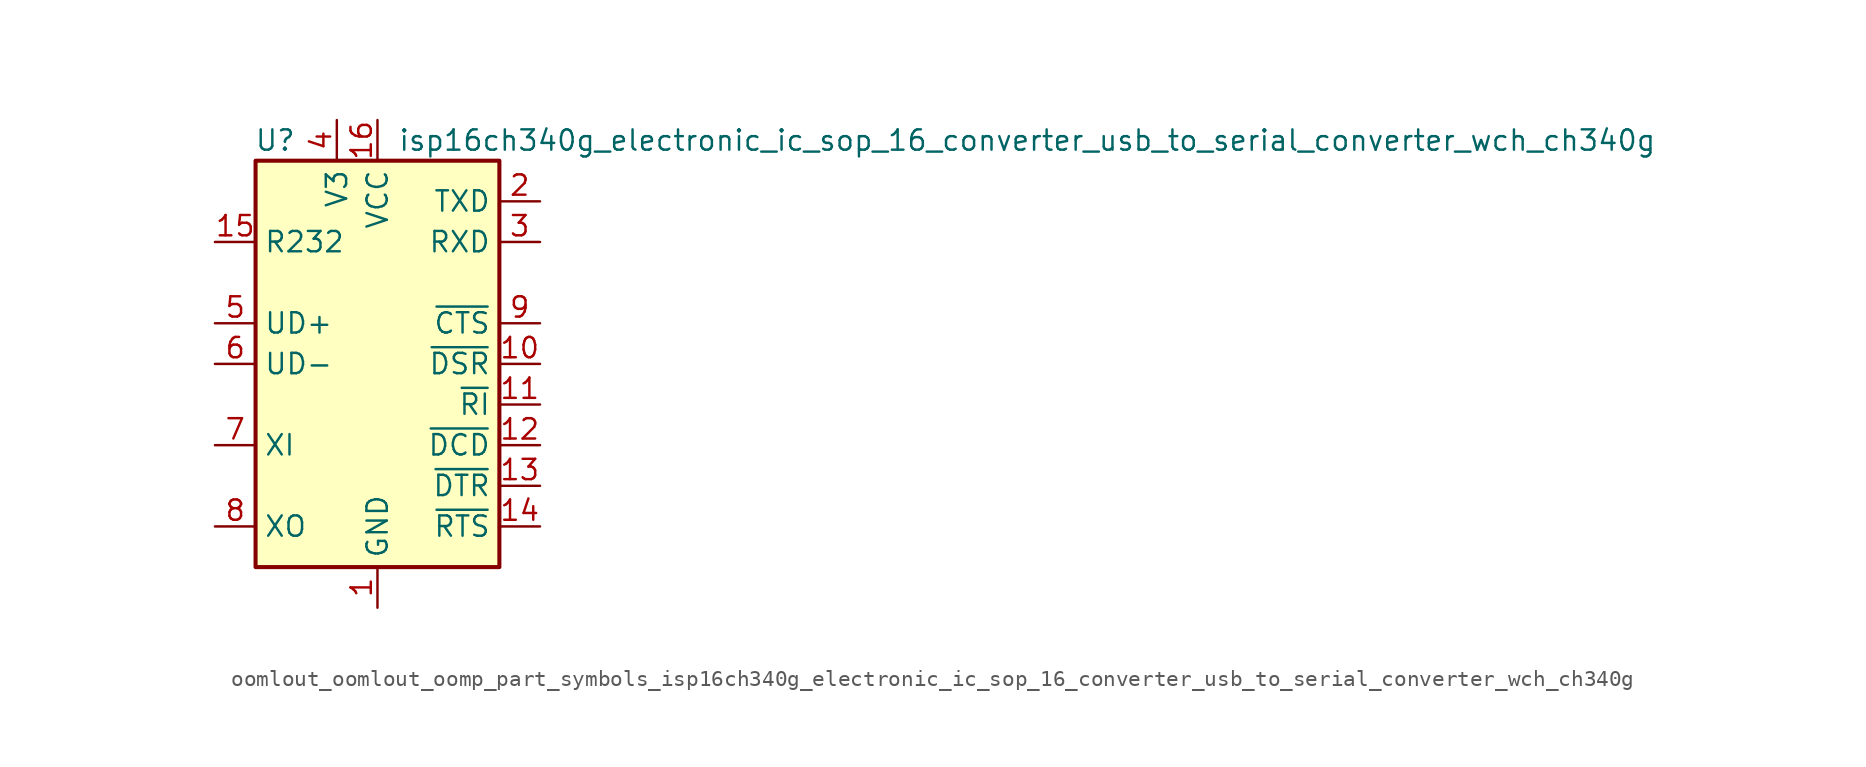
<source format=kicad_sym>
(kicad_symbol_lib
  (version 20220914)
  (generator kicad_symbol_editor)
  (symbol "oomlout_oomlout_oomp_part_symbols_isp16ch340g_electronic_ic_sop_16_converter_usb_to_serial_converter_wch_ch340g"
    (property "Reference" "U"
      (at -5.08 13.97 0)
      (effects (font (size 1.27 1.27)) (justify right)))
    (property "Value" "isp16ch340g_electronic_ic_sop_16_converter_usb_to_serial_converter_wch_ch340g"
      (at 1.27 13.97 0)
      (effects (font (size 1.27 1.27)) (justify left)))
    (symbol "oomlout_oomlout_oomp_part_symbols_isp16ch340g_electronic_ic_sop_16_converter_usb_to_serial_converter_wch_ch340g_0_1"
      (rectangle (start -7.62 12.7) (end 7.62 -12.7) (stroke (width 0.254) (type default)) (fill (type background))))
    (symbol "oomlout_oomlout_oomp_part_symbols_isp16ch340g_electronic_ic_sop_16_converter_usb_to_serial_converter_wch_ch340g_1_1"
      (pin power_in line (at 0 -15.24 90) (length 2.54) (name "GND" (effects (font (size 1.27 1.27)))) (number "1" (effects (font (size 1.27 1.27)))))
      (pin input line (at 10.16 0 180) (length 2.54) (name "~{DSR}" (effects (font (size 1.27 1.27)))) (number "10" (effects (font (size 1.27 1.27)))))
      (pin input line (at 10.16 -2.54 180) (length 2.54) (name "~{RI}" (effects (font (size 1.27 1.27)))) (number "11" (effects (font (size 1.27 1.27)))))
      (pin input line (at 10.16 -5.08 180) (length 2.54) (name "~{DCD}" (effects (font (size 1.27 1.27)))) (number "12" (effects (font (size 1.27 1.27)))))
      (pin output line (at 10.16 -7.62 180) (length 2.54) (name "~{DTR}" (effects (font (size 1.27 1.27)))) (number "13" (effects (font (size 1.27 1.27)))))
      (pin output line (at 10.16 -10.16 180) (length 2.54) (name "~{RTS}" (effects (font (size 1.27 1.27)))) (number "14" (effects (font (size 1.27 1.27)))))
      (pin input line (at -10.16 7.62 0) (length 2.54) (name "R232" (effects (font (size 1.27 1.27)))) (number "15" (effects (font (size 1.27 1.27)))))
      (pin power_in line (at 0 15.24 270) (length 2.54) (name "VCC" (effects (font (size 1.27 1.27)))) (number "16" (effects (font (size 1.27 1.27)))))
      (pin output line (at 10.16 10.16 180) (length 2.54) (name "TXD" (effects (font (size 1.27 1.27)))) (number "2" (effects (font (size 1.27 1.27)))))
      (pin input line (at 10.16 7.62 180) (length 2.54) (name "RXD" (effects (font (size 1.27 1.27)))) (number "3" (effects (font (size 1.27 1.27)))))
      (pin passive line (at -2.54 15.24 270) (length 2.54) (name "V3" (effects (font (size 1.27 1.27)))) (number "4" (effects (font (size 1.27 1.27)))))
      (pin bidirectional line (at -10.16 2.54 0) (length 2.54) (name "UD+" (effects (font (size 1.27 1.27)))) (number "5" (effects (font (size 1.27 1.27)))))
      (pin bidirectional line (at -10.16 0 0) (length 2.54) (name "UD-" (effects (font (size 1.27 1.27)))) (number "6" (effects (font (size 1.27 1.27)))))
      (pin input line (at -10.16 -5.08 0) (length 2.54) (name "XI" (effects (font (size 1.27 1.27)))) (number "7" (effects (font (size 1.27 1.27)))))
      (pin output line (at -10.16 -10.16 0) (length 2.54) (name "XO" (effects (font (size 1.27 1.27)))) (number "8" (effects (font (size 1.27 1.27)))))
      (pin input line (at 10.16 2.54 180) (length 2.54) (name "~{CTS}" (effects (font (size 1.27 1.27)))) (number "9" (effects (font (size 1.27 1.27))))))))
</source>
